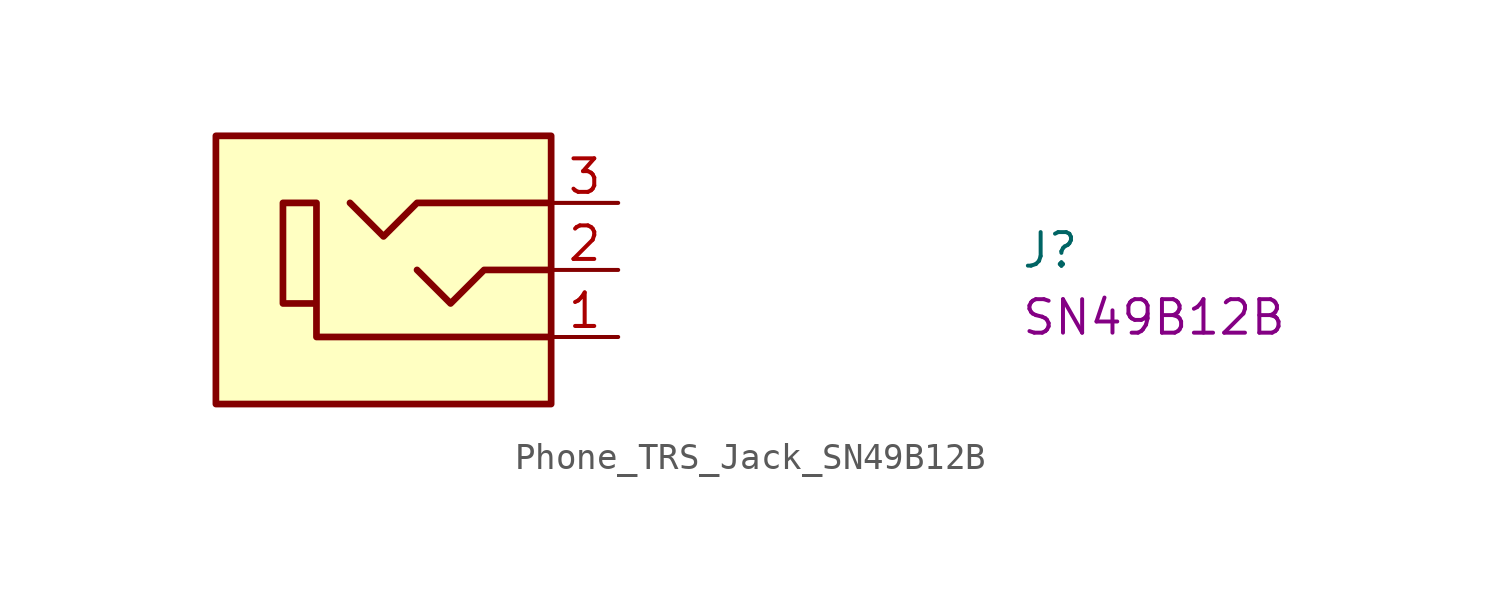
<source format=kicad_sym>
(kicad_symbol_lib
  (version 20220914)
  (generator kicad_symbol_editor)
  (symbol "Phone_TRS_Jack_SN49B12B"
    (property "Reference" "J"
      (at 15.24 -2.54 0)
      (effects (font (size 1.27 1.27) (thickness 0.15)) (justify left bottom)))
    (property "MPN" "SN49B12B"
      (at 15.24 -5.08 0)
      (effects (font (size 1.27 1.27) (thickness 0.15)) (justify left bottom)))
    (symbol "Phone_TRS_Jack_SN49B12B_1_1"
      (rectangle (start -2.54 2.54) (end -15.24 -7.62) (stroke (width 0.254) (type default)) (fill (type background)))
      (polyline (pts (xy -2.54 -2.54) (xy -5.08 -2.54) (xy -6.35 -3.81) (xy -7.62 -2.54)) (stroke (width 0.254) (type default)) (fill (type background)))
      (polyline (pts (xy -2.54 0) (xy -7.62 0) (xy -8.89 -1.27) (xy -10.16 0)) (stroke (width 0.254) (type default)) (fill (type background)))
      (polyline (pts (xy -2.54 -5.08) (xy -11.43 -5.08) (xy -11.43 0) (xy -12.7 0) (xy -12.7 -3.81) (xy -11.43 -3.81)) (stroke (width 0.254) (type default)) (fill (type background)))
      (pin passive line (at 0 -5.08 180) (length 2.54) (name "~" (effects (font (size 1.27 1.27)))) (number "1" (effects (font (size 1.27 1.27)))))
      (pin passive line (at 0 -2.54 180) (length 2.54) (name "~" (effects (font (size 1.27 1.27)))) (number "2" (effects (font (size 1.27 1.27)))))
      (pin passive line (at 0 0 180) (length 2.54) (name "~" (effects (font (size 1.27 1.27)))) (number "3" (effects (font (size 1.27 1.27))))))))
</source>
